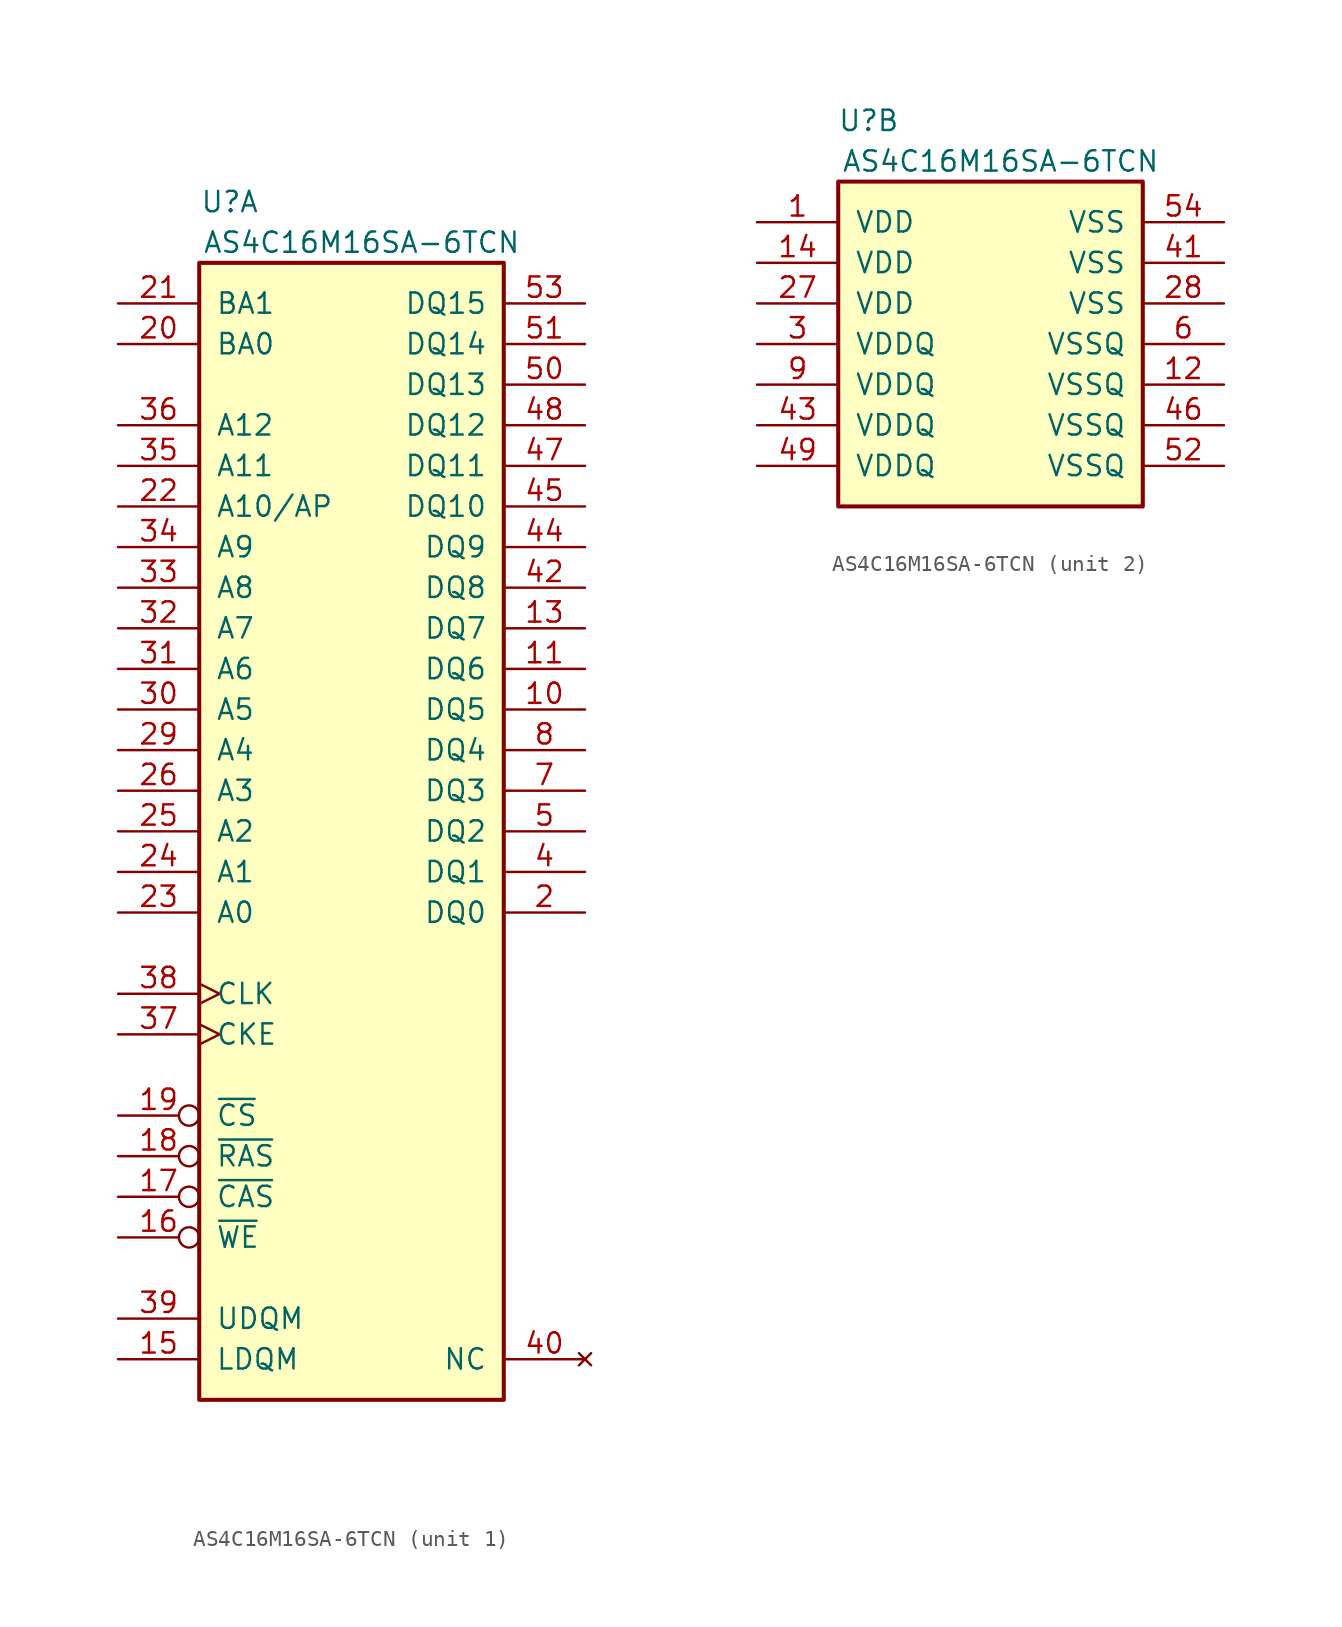
<source format=kicad_sym>
(kicad_symbol_lib
  (version 20211014)
  (generator kicad_symbol_editor)
  (symbol "AS4C16M16SA-6TCN"
    (pin_names
      (offset 1.016))
    (property "Reference" "U"
      (at 1.905 3.81 0)
      (effects (font (size 1.27 1.27))))
    (property "Value" "AS4C16M16SA-6TCN"
      (at 10.16 1.27 0)
      (effects (font (size 1.27 1.27))))
    (property "ki_locked" ""
      (at 0 0 0)
      (effects (font (size 1.27 1.27))))
    (symbol "AS4C16M16SA-6TCN_1_0"
      (pin input inverted (at -5.08 -60.96 0) (length 5.08) (name "~{WE}" (effects (font (size 1.27 1.27)))) (number "16" (effects (font (size 1.27 1.27))))))
    (symbol "AS4C16M16SA-6TCN_1_1"
      (rectangle (start 0 0) (end 19.05 -71.12) (stroke (width 0.254) (type default) (color 0 0 0 0)) (fill (type background)))
      (pin tri_state line (at 24.13 -27.94 180) (length 5.08) (name "DQ5" (effects (font (size 1.27 1.27)))) (number "10" (effects (font (size 1.27 1.27)))))
      (pin tri_state line (at 24.13 -25.4 180) (length 5.08) (name "DQ6" (effects (font (size 1.27 1.27)))) (number "11" (effects (font (size 1.27 1.27)))))
      (pin tri_state line (at 24.13 -22.86 180) (length 5.08) (name "DQ7" (effects (font (size 1.27 1.27)))) (number "13" (effects (font (size 1.27 1.27)))))
      (pin input line (at -5.08 -68.58 0) (length 5.08) (name "LDQM" (effects (font (size 1.27 1.27)))) (number "15" (effects (font (size 1.27 1.27)))))
      (pin input inverted (at -5.08 -58.42 0) (length 5.08) (name "~{CAS}" (effects (font (size 1.27 1.27)))) (number "17" (effects (font (size 1.27 1.27)))))
      (pin input inverted (at -5.08 -55.88 0) (length 5.08) (name "~{RAS}" (effects (font (size 1.27 1.27)))) (number "18" (effects (font (size 1.27 1.27)))))
      (pin input inverted (at -5.08 -53.34 0) (length 5.08) (name "~{CS}" (effects (font (size 1.27 1.27)))) (number "19" (effects (font (size 1.27 1.27)))))
      (pin tri_state line (at 24.13 -40.64 180) (length 5.08) (name "DQ0" (effects (font (size 1.27 1.27)))) (number "2" (effects (font (size 1.27 1.27)))))
      (pin input line (at -5.08 -5.08 0) (length 5.08) (name "BA0" (effects (font (size 1.27 1.27)))) (number "20" (effects (font (size 1.27 1.27)))))
      (pin input line (at -5.08 -2.54 0) (length 5.08) (name "BA1" (effects (font (size 1.27 1.27)))) (number "21" (effects (font (size 1.27 1.27)))))
      (pin input line (at -5.08 -15.24 0) (length 5.08) (name "A10/AP" (effects (font (size 1.27 1.27)))) (number "22" (effects (font (size 1.27 1.27)))))
      (pin input line (at -5.08 -40.64 0) (length 5.08) (name "A0" (effects (font (size 1.27 1.27)))) (number "23" (effects (font (size 1.27 1.27)))))
      (pin input line (at -5.08 -38.1 0) (length 5.08) (name "A1" (effects (font (size 1.27 1.27)))) (number "24" (effects (font (size 1.27 1.27)))))
      (pin input line (at -5.08 -35.56 0) (length 5.08) (name "A2" (effects (font (size 1.27 1.27)))) (number "25" (effects (font (size 1.27 1.27)))))
      (pin input line (at -5.08 -33.02 0) (length 5.08) (name "A3" (effects (font (size 1.27 1.27)))) (number "26" (effects (font (size 1.27 1.27)))))
      (pin input line (at -5.08 -30.48 0) (length 5.08) (name "A4" (effects (font (size 1.27 1.27)))) (number "29" (effects (font (size 1.27 1.27)))))
      (pin input line (at -5.08 -27.94 0) (length 5.08) (name "A5" (effects (font (size 1.27 1.27)))) (number "30" (effects (font (size 1.27 1.27)))))
      (pin input line (at -5.08 -25.4 0) (length 5.08) (name "A6" (effects (font (size 1.27 1.27)))) (number "31" (effects (font (size 1.27 1.27)))))
      (pin input line (at -5.08 -22.86 0) (length 5.08) (name "A7" (effects (font (size 1.27 1.27)))) (number "32" (effects (font (size 1.27 1.27)))))
      (pin input line (at -5.08 -20.32 0) (length 5.08) (name "A8" (effects (font (size 1.27 1.27)))) (number "33" (effects (font (size 1.27 1.27)))))
      (pin input line (at -5.08 -17.78 0) (length 5.08) (name "A9" (effects (font (size 1.27 1.27)))) (number "34" (effects (font (size 1.27 1.27)))))
      (pin input line (at -5.08 -12.7 0) (length 5.08) (name "A11" (effects (font (size 1.27 1.27)))) (number "35" (effects (font (size 1.27 1.27)))))
      (pin input line (at -5.08 -10.16 0) (length 5.08) (name "A12" (effects (font (size 1.27 1.27)))) (number "36" (effects (font (size 1.27 1.27)))))
      (pin input clock (at -5.08 -48.26 0) (length 5.08) (name "CKE" (effects (font (size 1.27 1.27)))) (number "37" (effects (font (size 1.27 1.27)))))
      (pin input clock (at -5.08 -45.72 0) (length 5.08) (name "CLK" (effects (font (size 1.27 1.27)))) (number "38" (effects (font (size 1.27 1.27)))))
      (pin input line (at -5.08 -66.04 0) (length 5.08) (name "UDQM" (effects (font (size 1.27 1.27)))) (number "39" (effects (font (size 1.27 1.27)))))
      (pin tri_state line (at 24.13 -38.1 180) (length 5.08) (name "DQ1" (effects (font (size 1.27 1.27)))) (number "4" (effects (font (size 1.27 1.27)))))
      (pin no_connect line (at 24.13 -68.58 180) (length 5.08) (name "NC" (effects (font (size 1.27 1.27)))) (number "40" (effects (font (size 1.27 1.27)))))
      (pin tri_state line (at 24.13 -20.32 180) (length 5.08) (name "DQ8" (effects (font (size 1.27 1.27)))) (number "42" (effects (font (size 1.27 1.27)))))
      (pin tri_state line (at 24.13 -17.78 180) (length 5.08) (name "DQ9" (effects (font (size 1.27 1.27)))) (number "44" (effects (font (size 1.27 1.27)))))
      (pin tri_state line (at 24.13 -15.24 180) (length 5.08) (name "DQ10" (effects (font (size 1.27 1.27)))) (number "45" (effects (font (size 1.27 1.27)))))
      (pin tri_state line (at 24.13 -12.7 180) (length 5.08) (name "DQ11" (effects (font (size 1.27 1.27)))) (number "47" (effects (font (size 1.27 1.27)))))
      (pin tri_state line (at 24.13 -10.16 180) (length 5.08) (name "DQ12" (effects (font (size 1.27 1.27)))) (number "48" (effects (font (size 1.27 1.27)))))
      (pin tri_state line (at 24.13 -35.56 180) (length 5.08) (name "DQ2" (effects (font (size 1.27 1.27)))) (number "5" (effects (font (size 1.27 1.27)))))
      (pin tri_state line (at 24.13 -7.62 180) (length 5.08) (name "DQ13" (effects (font (size 1.27 1.27)))) (number "50" (effects (font (size 1.27 1.27)))))
      (pin tri_state line (at 24.13 -5.08 180) (length 5.08) (name "DQ14" (effects (font (size 1.27 1.27)))) (number "51" (effects (font (size 1.27 1.27)))))
      (pin tri_state line (at 24.13 -2.54 180) (length 5.08) (name "DQ15" (effects (font (size 1.27 1.27)))) (number "53" (effects (font (size 1.27 1.27)))))
      (pin tri_state line (at 24.13 -33.02 180) (length 5.08) (name "DQ3" (effects (font (size 1.27 1.27)))) (number "7" (effects (font (size 1.27 1.27)))))
      (pin tri_state line (at 24.13 -30.48 180) (length 5.08) (name "DQ4" (effects (font (size 1.27 1.27)))) (number "8" (effects (font (size 1.27 1.27))))))
    (symbol "AS4C16M16SA-6TCN_2_1"
      (rectangle (start 0 0) (end 19.05 -20.32) (stroke (width 0.254) (type default) (color 0 0 0 0)) (fill (type background)))
      (pin power_in line (at -5.08 -2.54 0) (length 5.08) (name "VDD" (effects (font (size 1.27 1.27)))) (number "1" (effects (font (size 1.27 1.27)))))
      (pin power_in line (at 24.13 -12.7 180) (length 5.08) (name "VSSQ" (effects (font (size 1.27 1.27)))) (number "12" (effects (font (size 1.27 1.27)))))
      (pin power_in line (at -5.08 -5.08 0) (length 5.08) (name "VDD" (effects (font (size 1.27 1.27)))) (number "14" (effects (font (size 1.27 1.27)))))
      (pin power_in line (at -5.08 -7.62 0) (length 5.08) (name "VDD" (effects (font (size 1.27 1.27)))) (number "27" (effects (font (size 1.27 1.27)))))
      (pin power_in line (at 24.13 -7.62 180) (length 5.08) (name "VSS" (effects (font (size 1.27 1.27)))) (number "28" (effects (font (size 1.27 1.27)))))
      (pin power_in line (at -5.08 -10.16 0) (length 5.08) (name "VDDQ" (effects (font (size 1.27 1.27)))) (number "3" (effects (font (size 1.27 1.27)))))
      (pin power_in line (at 24.13 -5.08 180) (length 5.08) (name "VSS" (effects (font (size 1.27 1.27)))) (number "41" (effects (font (size 1.27 1.27)))))
      (pin power_in line (at -5.08 -15.24 0) (length 5.08) (name "VDDQ" (effects (font (size 1.27 1.27)))) (number "43" (effects (font (size 1.27 1.27)))))
      (pin power_in line (at 24.13 -15.24 180) (length 5.08) (name "VSSQ" (effects (font (size 1.27 1.27)))) (number "46" (effects (font (size 1.27 1.27)))))
      (pin power_in line (at -5.08 -17.78 0) (length 5.08) (name "VDDQ" (effects (font (size 1.27 1.27)))) (number "49" (effects (font (size 1.27 1.27)))))
      (pin power_in line (at 24.13 -17.78 180) (length 5.08) (name "VSSQ" (effects (font (size 1.27 1.27)))) (number "52" (effects (font (size 1.27 1.27)))))
      (pin power_in line (at 24.13 -2.54 180) (length 5.08) (name "VSS" (effects (font (size 1.27 1.27)))) (number "54" (effects (font (size 1.27 1.27)))))
      (pin power_in line (at 24.13 -10.16 180) (length 5.08) (name "VSSQ" (effects (font (size 1.27 1.27)))) (number "6" (effects (font (size 1.27 1.27)))))
      (pin power_in line (at -5.08 -12.7 0) (length 5.08) (name "VDDQ" (effects (font (size 1.27 1.27)))) (number "9" (effects (font (size 1.27 1.27))))))))
</source>
